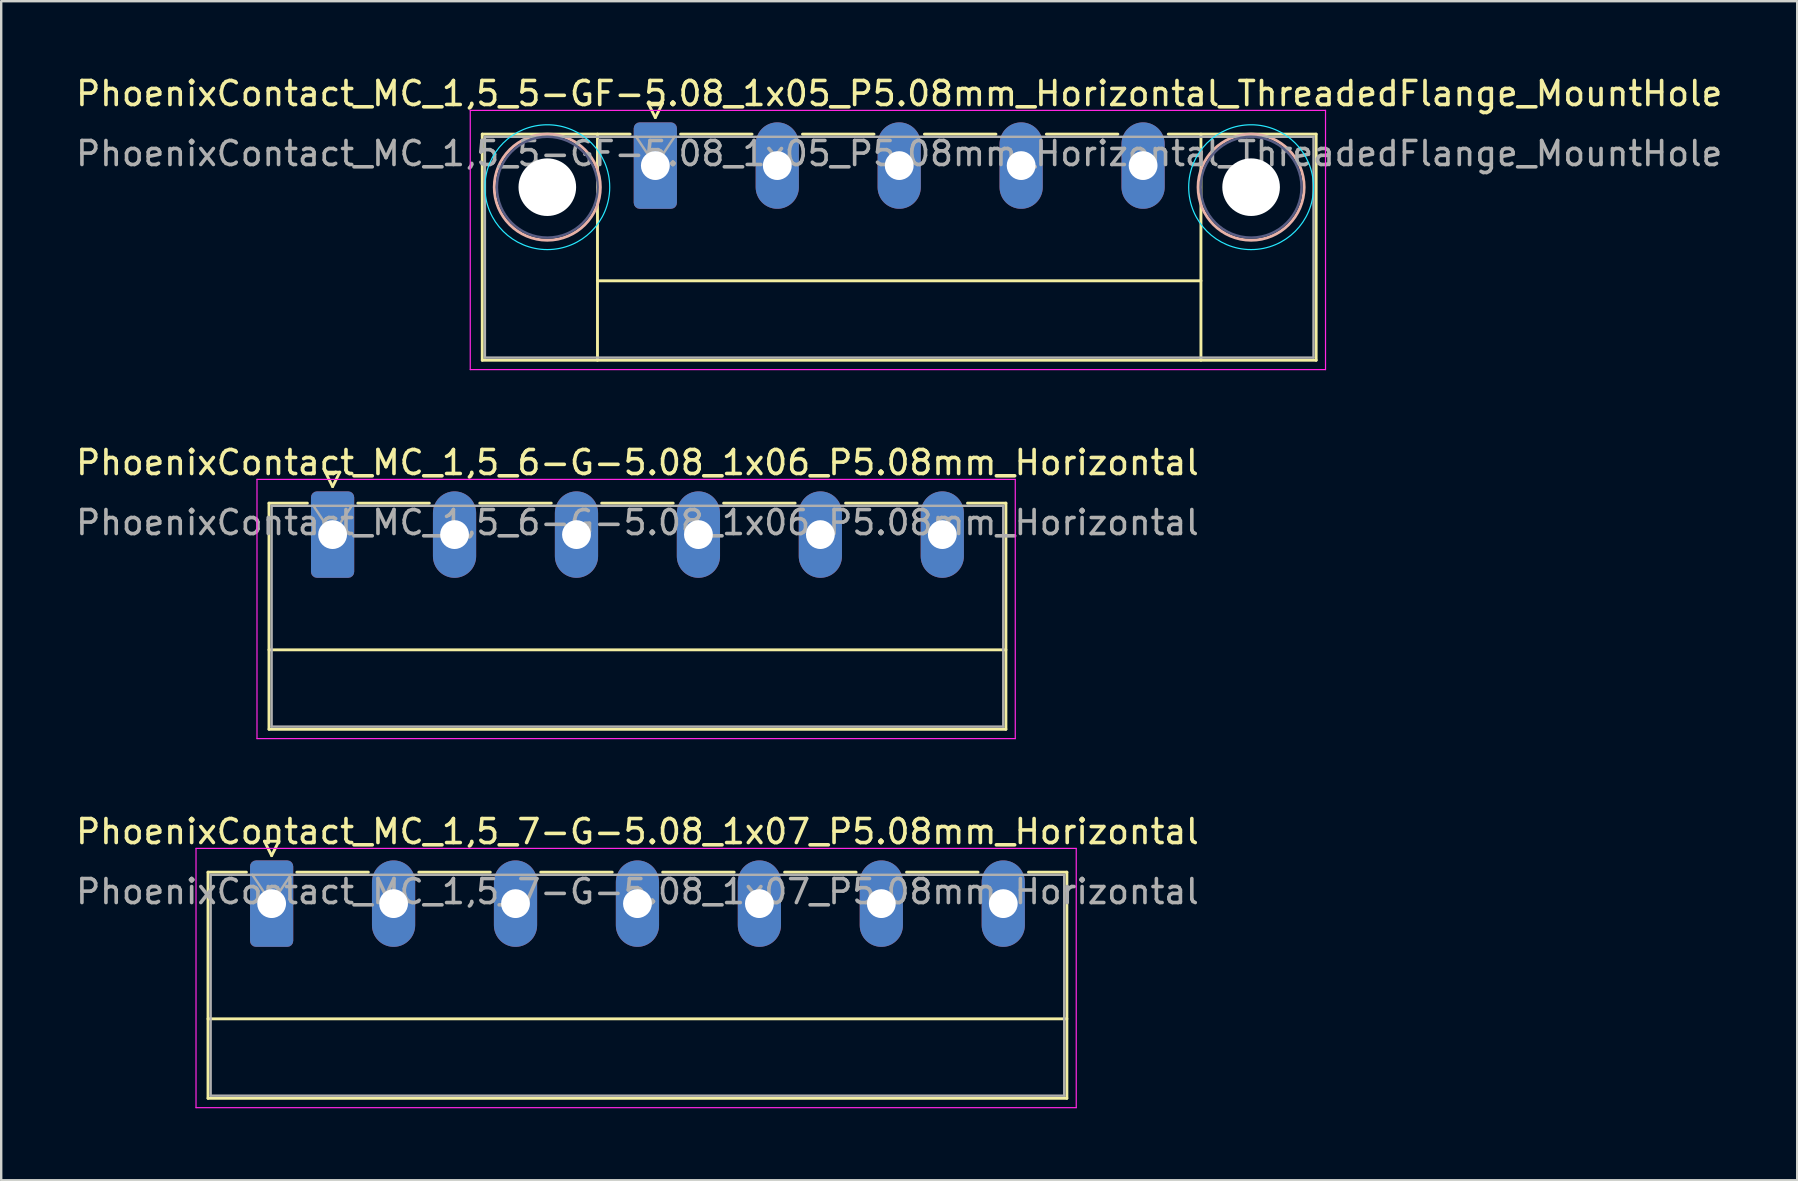
<source format=kicad_pcb>
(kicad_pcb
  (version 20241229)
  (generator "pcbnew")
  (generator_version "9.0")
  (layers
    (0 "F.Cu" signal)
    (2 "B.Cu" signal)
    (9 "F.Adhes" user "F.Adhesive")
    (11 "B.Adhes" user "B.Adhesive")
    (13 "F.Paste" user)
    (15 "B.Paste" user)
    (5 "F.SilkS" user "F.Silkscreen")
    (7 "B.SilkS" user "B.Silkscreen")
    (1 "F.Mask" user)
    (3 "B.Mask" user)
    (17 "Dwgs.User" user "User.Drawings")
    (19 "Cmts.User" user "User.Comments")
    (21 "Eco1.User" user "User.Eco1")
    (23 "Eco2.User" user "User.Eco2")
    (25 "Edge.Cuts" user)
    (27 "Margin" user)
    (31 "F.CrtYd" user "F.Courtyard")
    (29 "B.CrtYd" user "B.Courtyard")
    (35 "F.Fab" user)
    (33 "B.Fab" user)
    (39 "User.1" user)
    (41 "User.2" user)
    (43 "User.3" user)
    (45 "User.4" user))
  (footprint "PhoenixContact_MC_1,5_7-G-5.08_1x07_P5.08mm_Horizontal"
    (layer "F.Cu")
    (at 8.266 34.595)
    (property "Reference" "PhoenixContact_MC_1,5_7-G-5.08_1x07_P5.08mm_Horizontal" (at 15.24 -3 0) (layer "F.SilkS") (effects (font (size 1 1) (thickness 0.15))))
    (attr through_hole)
    (fp_line (start -2.65 -1.31) (end -2.65 8.11) (stroke (width 0.12) (type solid)) (layer "F.SilkS"))
    (fp_line (start -2.65 -1.31) (end -1.05 -1.31) (stroke (width 0.12) (type solid)) (layer "F.SilkS"))
    (fp_line (start -2.65 4.8) (end 33.13 4.8) (stroke (width 0.12) (type solid)) (layer "F.SilkS"))
    (fp_line (start -2.65 8.11) (end 33.13 8.11) (stroke (width 0.12) (type solid)) (layer "F.SilkS"))
    (fp_line (start -0.3 -2.6) (end 0.3 -2.6) (stroke (width 0.12) (type solid)) (layer "F.SilkS"))
    (fp_line (start 0 -2) (end -0.3 -2.6) (stroke (width 0.12) (type solid)) (layer "F.SilkS"))
    (fp_line (start 0.3 -2.6) (end 0 -2) (stroke (width 0.12) (type solid)) (layer "F.SilkS"))
    (fp_line (start 1.05 -1.31) (end 4.03 -1.31) (stroke (width 0.12) (type solid)) (layer "F.SilkS"))
    (fp_line (start 6.13 -1.31) (end 9.11 -1.31) (stroke (width 0.12) (type solid)) (layer "F.SilkS"))
    (fp_line (start 11.21 -1.31) (end 14.19 -1.31) (stroke (width 0.12) (type solid)) (layer "F.SilkS"))
    (fp_line (start 16.29 -1.31) (end 19.27 -1.31) (stroke (width 0.12) (type solid)) (layer "F.SilkS"))
    (fp_line (start 21.37 -1.31) (end 24.35 -1.31) (stroke (width 0.12) (type solid)) (layer "F.SilkS"))
    (fp_line (start 26.45 -1.31) (end 29.43 -1.31) (stroke (width 0.12) (type solid)) (layer "F.SilkS"))
    (fp_line (start 33.13 -1.31) (end 31.53 -1.31) (stroke (width 0.12) (type solid)) (layer "F.SilkS"))
    (fp_line (start 33.13 8.11) (end 33.13 -1.31) (stroke (width 0.12) (type solid)) (layer "F.SilkS"))
    (fp_line (start -3.15 -2.3) (end -3.15 8.5) (stroke (width 0.05) (type solid)) (layer "F.CrtYd"))
    (fp_line (start -3.15 8.5) (end 33.52 8.5) (stroke (width 0.05) (type solid)) (layer "F.CrtYd"))
    (fp_line (start 33.52 -2.3) (end -3.15 -2.3) (stroke (width 0.05) (type solid)) (layer "F.CrtYd"))
    (fp_line (start 33.52 8.5) (end 33.52 -2.3) (stroke (width 0.05) (type solid)) (layer "F.CrtYd"))
    (fp_line (start -2.54 -1.2) (end -2.54 8) (stroke (width 0.1) (type solid)) (layer "F.Fab"))
    (fp_line (start -2.54 8) (end 33.02 8) (stroke (width 0.1) (type solid)) (layer "F.Fab"))
    (fp_line (start 0 0) (end -0.8 -1.2) (stroke (width 0.1) (type solid)) (layer "F.Fab"))
    (fp_line (start 0.8 -1.2) (end 0 0) (stroke (width 0.1) (type solid)) (layer "F.Fab"))
    (fp_line (start 33.02 -1.2) (end -2.54 -1.2) (stroke (width 0.1) (type solid)) (layer "F.Fab"))
    (fp_line (start 33.02 8) (end 33.02 -1.2) (stroke (width 0.1) (type solid)) (layer "F.Fab"))
    (fp_text user "${REFERENCE}" (at 15.24 -0.5 0) (layer "F.Fab") (effects (font (size 1 1) (thickness 0.15))))
    (pad "1" thru_hole roundrect (at 0 0) (size 1.8 3.6) (drill 1.2) (layers "*.Cu" "*.Mask") (roundrect_rratio 0.139))
    (pad "2" thru_hole oval (at 5.08 0) (size 1.8 3.6) (drill 1.2) (layers "*.Cu" "*.Mask"))
    (pad "3" thru_hole oval (at 10.16 0) (size 1.8 3.6) (drill 1.2) (layers "*.Cu" "*.Mask"))
    (pad "4" thru_hole oval (at 15.24 0) (size 1.8 3.6) (drill 1.2) (layers "*.Cu" "*.Mask"))
    (pad "5" thru_hole oval (at 20.32 0) (size 1.8 3.6) (drill 1.2) (layers "*.Cu" "*.Mask"))
    (pad "6" thru_hole oval (at 25.4 0) (size 1.8 3.6) (drill 1.2) (layers "*.Cu" "*.Mask"))
    (pad "7" thru_hole oval (at 30.48 0) (size 1.8 3.6) (drill 1.2) (layers "*.Cu" "*.Mask")))
  (footprint "PhoenixContact_MC_1,5_6-G-5.08_1x06_P5.08mm_Horizontal"
    (layer "F.Cu")
    (at 10.806 19.221)
    (property "Reference" "PhoenixContact_MC_1,5_6-G-5.08_1x06_P5.08mm_Horizontal" (at 12.7 -3 0) (layer "F.SilkS") (effects (font (size 1 1) (thickness 0.15))))
    (attr through_hole)
    (fp_line (start -2.65 -1.31) (end -2.65 8.11) (stroke (width 0.12) (type solid)) (layer "F.SilkS"))
    (fp_line (start -2.65 -1.31) (end -1.05 -1.31) (stroke (width 0.12) (type solid)) (layer "F.SilkS"))
    (fp_line (start -2.65 4.8) (end 28.05 4.8) (stroke (width 0.12) (type solid)) (layer "F.SilkS"))
    (fp_line (start -2.65 8.11) (end 28.05 8.11) (stroke (width 0.12) (type solid)) (layer "F.SilkS"))
    (fp_line (start -0.3 -2.6) (end 0.3 -2.6) (stroke (width 0.12) (type solid)) (layer "F.SilkS"))
    (fp_line (start 0 -2) (end -0.3 -2.6) (stroke (width 0.12) (type solid)) (layer "F.SilkS"))
    (fp_line (start 0.3 -2.6) (end 0 -2) (stroke (width 0.12) (type solid)) (layer "F.SilkS"))
    (fp_line (start 1.05 -1.31) (end 4.03 -1.31) (stroke (width 0.12) (type solid)) (layer "F.SilkS"))
    (fp_line (start 6.13 -1.31) (end 9.11 -1.31) (stroke (width 0.12) (type solid)) (layer "F.SilkS"))
    (fp_line (start 11.21 -1.31) (end 14.19 -1.31) (stroke (width 0.12) (type solid)) (layer "F.SilkS"))
    (fp_line (start 16.29 -1.31) (end 19.27 -1.31) (stroke (width 0.12) (type solid)) (layer "F.SilkS"))
    (fp_line (start 21.37 -1.31) (end 24.35 -1.31) (stroke (width 0.12) (type solid)) (layer "F.SilkS"))
    (fp_line (start 28.05 -1.31) (end 26.45 -1.31) (stroke (width 0.12) (type solid)) (layer "F.SilkS"))
    (fp_line (start 28.05 8.11) (end 28.05 -1.31) (stroke (width 0.12) (type solid)) (layer "F.SilkS"))
    (fp_line (start -3.15 -2.3) (end -3.15 8.5) (stroke (width 0.05) (type solid)) (layer "F.CrtYd"))
    (fp_line (start -3.15 8.5) (end 28.44 8.5) (stroke (width 0.05) (type solid)) (layer "F.CrtYd"))
    (fp_line (start 28.44 -2.3) (end -3.15 -2.3) (stroke (width 0.05) (type solid)) (layer "F.CrtYd"))
    (fp_line (start 28.44 8.5) (end 28.44 -2.3) (stroke (width 0.05) (type solid)) (layer "F.CrtYd"))
    (fp_line (start -2.54 -1.2) (end -2.54 8) (stroke (width 0.1) (type solid)) (layer "F.Fab"))
    (fp_line (start -2.54 8) (end 27.94 8) (stroke (width 0.1) (type solid)) (layer "F.Fab"))
    (fp_line (start 0 0) (end -0.8 -1.2) (stroke (width 0.1) (type solid)) (layer "F.Fab"))
    (fp_line (start 0.8 -1.2) (end 0 0) (stroke (width 0.1) (type solid)) (layer "F.Fab"))
    (fp_line (start 27.94 -1.2) (end -2.54 -1.2) (stroke (width 0.1) (type solid)) (layer "F.Fab"))
    (fp_line (start 27.94 8) (end 27.94 -1.2) (stroke (width 0.1) (type solid)) (layer "F.Fab"))
    (fp_text user "${REFERENCE}" (at 12.7 -0.5 0) (layer "F.Fab") (effects (font (size 1 1) (thickness 0.15))))
    (pad "1" thru_hole roundrect (at 0 0) (size 1.8 3.6) (drill 1.2) (layers "*.Cu" "*.Mask") (roundrect_rratio 0.139))
    (pad "2" thru_hole oval (at 5.08 0) (size 1.8 3.6) (drill 1.2) (layers "*.Cu" "*.Mask"))
    (pad "3" thru_hole oval (at 10.16 0) (size 1.8 3.6) (drill 1.2) (layers "*.Cu" "*.Mask"))
    (pad "4" thru_hole oval (at 15.24 0) (size 1.8 3.6) (drill 1.2) (layers "*.Cu" "*.Mask"))
    (pad "5" thru_hole oval (at 20.32 0) (size 1.8 3.6) (drill 1.2) (layers "*.Cu" "*.Mask"))
    (pad "6" thru_hole oval (at 25.4 0) (size 1.8 3.6) (drill 1.2) (layers "*.Cu" "*.Mask")))
  (footprint "PhoenixContact_MC_1,5_5-GF-5.08_1x05_P5.08mm_Horizontal_ThreadedFlange_MountHole"
    (layer "F.Cu")
    (at 24.251 3.848)
    (property "Reference" "PhoenixContact_MC_1,5_5-GF-5.08_1x05_P5.08mm_Horizontal_ThreadedFlange_MountHole" (at 10.16 -3 0) (layer "F.SilkS") (effects (font (size 1 1) (thickness 0.15))))
    (attr through_hole)
    (fp_line (start -7.21 -1.31) (end -7.21 8.11) (stroke (width 0.12) (type solid)) (layer "F.SilkS"))
    (fp_line (start -7.21 -1.31) (end -1.05 -1.31) (stroke (width 0.12) (type solid)) (layer "F.SilkS"))
    (fp_line (start -7.21 8.11) (end 27.53 8.11) (stroke (width 0.12) (type solid)) (layer "F.SilkS"))
    (fp_line (start -2.41 -1.31) (end -2.41 8.11) (stroke (width 0.12) (type solid)) (layer "F.SilkS"))
    (fp_line (start -2.41 4.8) (end 22.73 4.8) (stroke (width 0.12) (type solid)) (layer "F.SilkS"))
    (fp_line (start -0.3 -2.6) (end 0.3 -2.6) (stroke (width 0.12) (type solid)) (layer "F.SilkS"))
    (fp_line (start 0 -2) (end -0.3 -2.6) (stroke (width 0.12) (type solid)) (layer "F.SilkS"))
    (fp_line (start 0.3 -2.6) (end 0 -2) (stroke (width 0.12) (type solid)) (layer "F.SilkS"))
    (fp_line (start 1.05 -1.31) (end 4.03 -1.31) (stroke (width 0.12) (type solid)) (layer "F.SilkS"))
    (fp_line (start 6.13 -1.31) (end 9.11 -1.31) (stroke (width 0.12) (type solid)) (layer "F.SilkS"))
    (fp_line (start 11.21 -1.31) (end 14.19 -1.31) (stroke (width 0.12) (type solid)) (layer "F.SilkS"))
    (fp_line (start 16.29 -1.31) (end 19.27 -1.31) (stroke (width 0.12) (type solid)) (layer "F.SilkS"))
    (fp_line (start 22.73 -1.31) (end 22.73 8.11) (stroke (width 0.12) (type solid)) (layer "F.SilkS"))
    (fp_line (start 27.53 -1.31) (end 21.37 -1.31) (stroke (width 0.12) (type solid)) (layer "F.SilkS"))
    (fp_line (start 27.53 8.11) (end 27.53 -1.31) (stroke (width 0.12) (type solid)) (layer "F.SilkS"))
    (fp_circle (center -4.5 0.9) (end -2.29 0.9) (stroke (width 0.12) (type solid)) (fill no) (layer "B.SilkS"))
    (fp_circle (center 24.82 0.9) (end 27.03 0.9) (stroke (width 0.12) (type solid)) (fill no) (layer "B.SilkS"))
    (fp_circle (center -4.5 0.9) (end -1.9 0.9) (stroke (width 0.05) (type solid)) (fill no) (layer "B.CrtYd"))
    (fp_circle (center 24.82 0.9) (end 27.42 0.9) (stroke (width 0.05) (type solid)) (fill no) (layer "B.CrtYd"))
    (fp_line (start -7.71 -2.3) (end -7.71 8.5) (stroke (width 0.05) (type solid)) (layer "F.CrtYd"))
    (fp_line (start -7.71 8.5) (end 27.92 8.5) (stroke (width 0.05) (type solid)) (layer "F.CrtYd"))
    (fp_line (start 27.92 -2.3) (end -7.71 -2.3) (stroke (width 0.05) (type solid)) (layer "F.CrtYd"))
    (fp_line (start 27.92 8.5) (end 27.92 -2.3) (stroke (width 0.05) (type solid)) (layer "F.CrtYd"))
    (fp_circle (center -4.5 0.9) (end -2.4 0.9) (stroke (width 0.1) (type solid)) (fill no) (layer "B.Fab"))
    (fp_circle (center 24.82 0.9) (end 26.92 0.9) (stroke (width 0.1) (type solid)) (fill no) (layer "B.Fab"))
    (fp_line (start -7.1 -1.2) (end -7.1 8) (stroke (width 0.1) (type solid)) (layer "F.Fab"))
    (fp_line (start -7.1 8) (end 27.42 8) (stroke (width 0.1) (type solid)) (layer "F.Fab"))
    (fp_line (start 0 0) (end -0.8 -1.2) (stroke (width 0.1) (type solid)) (layer "F.Fab"))
    (fp_line (start 0.8 -1.2) (end 0 0) (stroke (width 0.1) (type solid)) (layer "F.Fab"))
    (fp_line (start 27.42 -1.2) (end -7.1 -1.2) (stroke (width 0.1) (type solid)) (layer "F.Fab"))
    (fp_line (start 27.42 8) (end 27.42 -1.2) (stroke (width 0.1) (type solid)) (layer "F.Fab"))
    (fp_text user "${REFERENCE}" (at 10.16 -0.5 0) (layer "F.Fab") (effects (font (size 1 1) (thickness 0.15))))
    (pad "" np_thru_hole circle (at -4.5 0.9) (size 2.4 2.4) (drill 2.4) (layers "*.Cu" "*.Mask"))
    (pad "" np_thru_hole circle (at 24.82 0.9) (size 2.4 2.4) (drill 2.4) (layers "*.Cu" "*.Mask"))
    (pad "1" thru_hole roundrect (at 0 0) (size 1.8 3.6) (drill 1.2) (layers "*.Cu" "*.Mask") (roundrect_rratio 0.139))
    (pad "2" thru_hole oval (at 5.08 0) (size 1.8 3.6) (drill 1.2) (layers "*.Cu" "*.Mask"))
    (pad "3" thru_hole oval (at 10.16 0) (size 1.8 3.6) (drill 1.2) (layers "*.Cu" "*.Mask"))
    (pad "4" thru_hole oval (at 15.24 0) (size 1.8 3.6) (drill 1.2) (layers "*.Cu" "*.Mask"))
    (pad "5" thru_hole oval (at 20.32 0) (size 1.8 3.6) (drill 1.2) (layers "*.Cu" "*.Mask")))
  (gr_rect
    (start -3 -3)
    (end 71.821 46.12)
    (stroke (width 0.1) (type default))
    (fill no)
    (layer "Edge.Cuts")))
</source>
